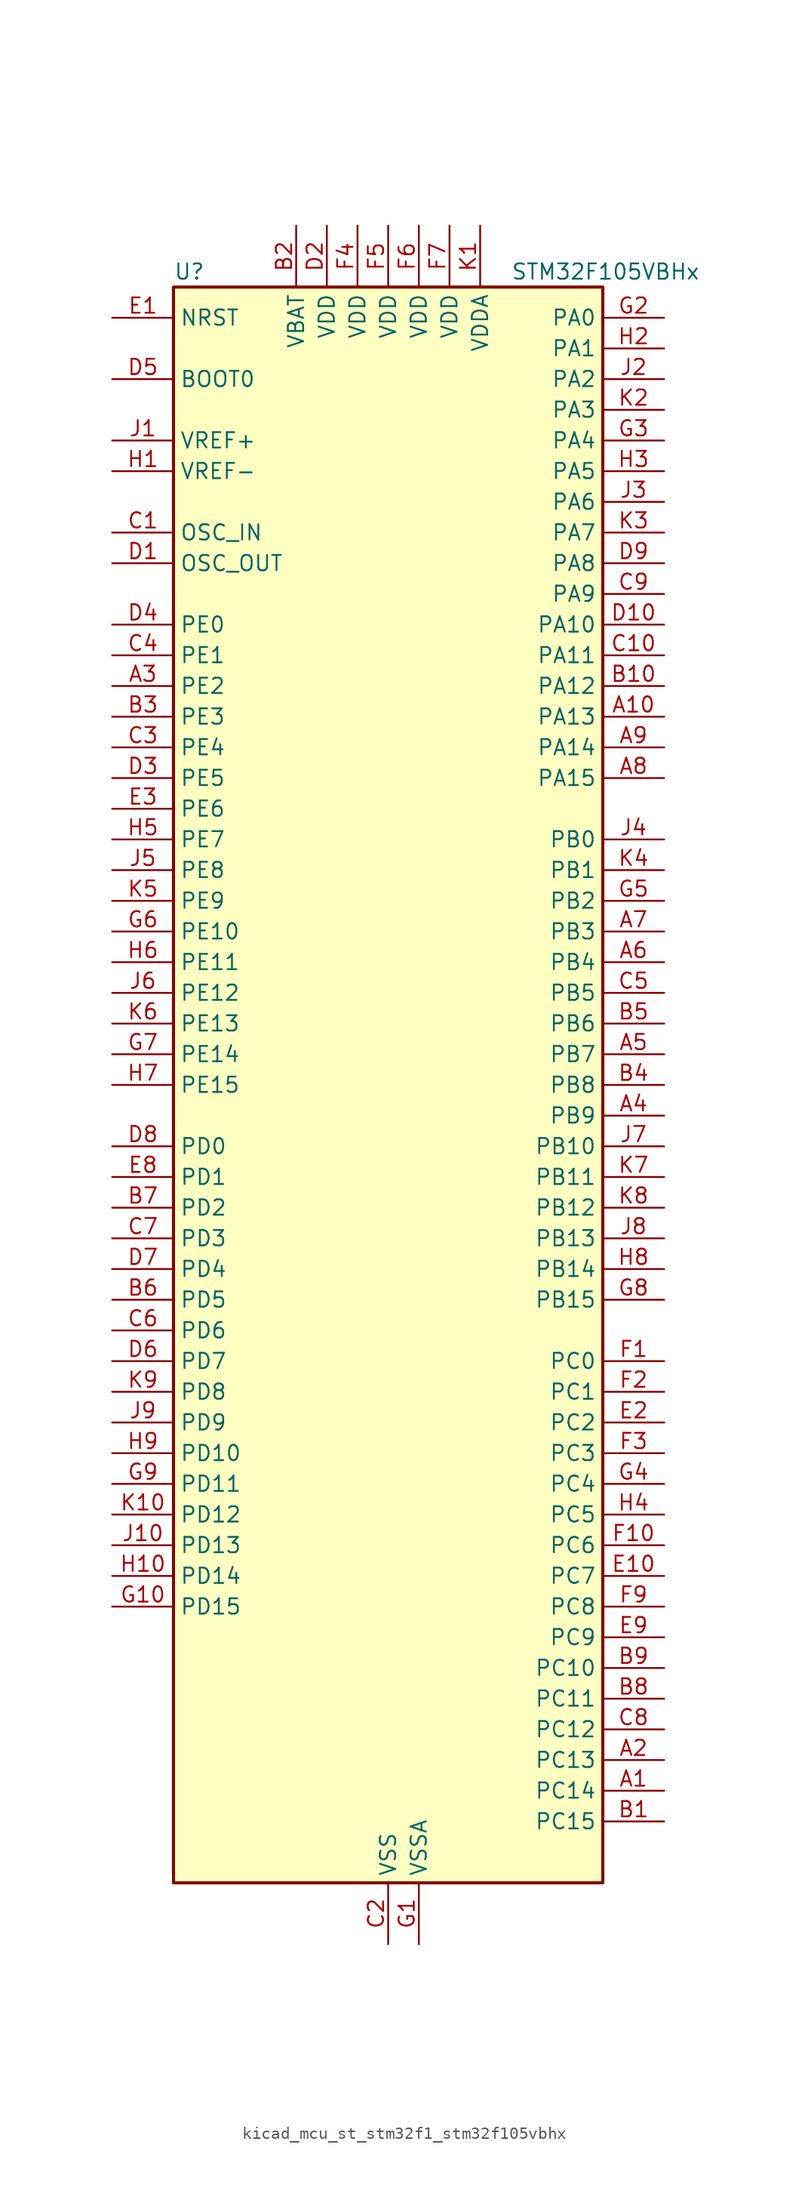
<source format=kicad_sym>
(kicad_symbol_lib
  (version 20220914)
  (generator kicad_symbol_editor)
  (symbol "kicad_mcu_st_stm32f1_stm32f105vbhx"
    (property "Reference" "U"
      (at -17.78 67.31 0)
      (effects (font (size 1.27 1.27)) (justify left)))
    (property "Value" "STM32F105VBHx"
      (at 10.16 67.31 0)
      (effects (font (size 1.27 1.27)) (justify left)))
    (property "ki_locked" ""
      (at 0 0 0)
      (effects (font (size 1.27 1.27))))
    (symbol "kicad_mcu_st_stm32f1_stm32f105vbhx_0_1"
      (rectangle (start -17.78 -66.04) (end 17.78 66.04) (stroke (width 0.254) (type default)) (fill (type background))))
    (symbol "kicad_mcu_st_stm32f1_stm32f105vbhx_1_1"
      (pin bidirectional line (at 22.86 -58.42 180) (length 5.08) (name "PC14" (effects (font (size 1.27 1.27)))) (number "A1" (effects (font (size 1.27 1.27)))) (alternate "RCC_OSC32_IN" bidirectional line))
      (pin bidirectional line (at 22.86 30.48 180) (length 5.08) (name "PA13" (effects (font (size 1.27 1.27)))) (number "A10" (effects (font (size 1.27 1.27)))) (alternate "SYS_JTMS-SWDIO" bidirectional line))
      (pin bidirectional line (at 22.86 -55.88 180) (length 5.08) (name "PC13" (effects (font (size 1.27 1.27)))) (number "A2" (effects (font (size 1.27 1.27)))) (alternate "RTC_OUT" bidirectional line) (alternate "RTC_TAMPER" bidirectional line))
      (pin bidirectional line (at -22.86 33.02 0) (length 5.08) (name "PE2" (effects (font (size 1.27 1.27)))) (number "A3" (effects (font (size 1.27 1.27)))) (alternate "SYS_TRACECLK" bidirectional line))
      (pin bidirectional line (at 22.86 -2.54 180) (length 5.08) (name "PB9" (effects (font (size 1.27 1.27)))) (number "A4" (effects (font (size 1.27 1.27)))) (alternate "CAN1_TX" bidirectional line) (alternate "DAC_EXTI9" bidirectional line) (alternate "I2C1_SDA" bidirectional line) (alternate "TIM4_CH4" bidirectional line))
      (pin bidirectional line (at 22.86 2.54 180) (length 5.08) (name "PB7" (effects (font (size 1.27 1.27)))) (number "A5" (effects (font (size 1.27 1.27)))) (alternate "I2C1_SDA" bidirectional line) (alternate "TIM4_CH2" bidirectional line) (alternate "USART1_RX" bidirectional line))
      (pin bidirectional line (at 22.86 10.16 180) (length 5.08) (name "PB4" (effects (font (size 1.27 1.27)))) (number "A6" (effects (font (size 1.27 1.27)))) (alternate "SPI1_MISO" bidirectional line) (alternate "SPI3_MISO" bidirectional line) (alternate "SYS_NJTRST" bidirectional line) (alternate "TIM3_CH1" bidirectional line))
      (pin bidirectional line (at 22.86 12.7 180) (length 5.08) (name "PB3" (effects (font (size 1.27 1.27)))) (number "A7" (effects (font (size 1.27 1.27)))) (alternate "I2S3_CK" bidirectional line) (alternate "SPI1_SCK" bidirectional line) (alternate "SPI3_SCK" bidirectional line) (alternate "SYS_JTDO" bidirectional line) (alternate "SYS_TRACESWO" bidirectional line) (alternate "TIM2_CH2" bidirectional line))
      (pin bidirectional line (at 22.86 25.4 180) (length 5.08) (name "PA15" (effects (font (size 1.27 1.27)))) (number "A8" (effects (font (size 1.27 1.27)))) (alternate "ADC1_EXTI15" bidirectional line) (alternate "ADC2_EXTI15" bidirectional line) (alternate "I2S3_WS" bidirectional line) (alternate "SPI1_NSS" bidirectional line) (alternate "SPI3_NSS" bidirectional line) (alternate "SYS_JTDI" bidirectional line) (alternate "TIM2_CH1" bidirectional line) (alternate "TIM2_ETR" bidirectional line))
      (pin bidirectional line (at 22.86 27.94 180) (length 5.08) (name "PA14" (effects (font (size 1.27 1.27)))) (number "A9" (effects (font (size 1.27 1.27)))) (alternate "SYS_JTCK-SWCLK" bidirectional line))
      (pin bidirectional line (at 22.86 -60.96 180) (length 5.08) (name "PC15" (effects (font (size 1.27 1.27)))) (number "B1" (effects (font (size 1.27 1.27)))) (alternate "ADC1_EXTI15" bidirectional line) (alternate "ADC2_EXTI15" bidirectional line) (alternate "RCC_OSC32_OUT" bidirectional line))
      (pin bidirectional line (at 22.86 33.02 180) (length 5.08) (name "PA12" (effects (font (size 1.27 1.27)))) (number "B10" (effects (font (size 1.27 1.27)))) (alternate "CAN1_TX" bidirectional line) (alternate "TIM1_ETR" bidirectional line) (alternate "USART1_RTS" bidirectional line) (alternate "USB_OTG_FS_DP" bidirectional line))
      (pin power_in line (at -7.62 71.12 270) (length 5.08) (name "VBAT" (effects (font (size 1.27 1.27)))) (number "B2" (effects (font (size 1.27 1.27)))))
      (pin bidirectional line (at -22.86 30.48 0) (length 5.08) (name "PE3" (effects (font (size 1.27 1.27)))) (number "B3" (effects (font (size 1.27 1.27)))) (alternate "SYS_TRACED0" bidirectional line))
      (pin bidirectional line (at 22.86 0 180) (length 5.08) (name "PB8" (effects (font (size 1.27 1.27)))) (number "B4" (effects (font (size 1.27 1.27)))) (alternate "CAN1_RX" bidirectional line) (alternate "I2C1_SCL" bidirectional line) (alternate "TIM4_CH3" bidirectional line))
      (pin bidirectional line (at 22.86 5.08 180) (length 5.08) (name "PB6" (effects (font (size 1.27 1.27)))) (number "B5" (effects (font (size 1.27 1.27)))) (alternate "CAN2_TX" bidirectional line) (alternate "I2C1_SCL" bidirectional line) (alternate "TIM4_CH1" bidirectional line) (alternate "USART1_TX" bidirectional line))
      (pin bidirectional line (at -22.86 -17.78 0) (length 5.08) (name "PD5" (effects (font (size 1.27 1.27)))) (number "B6" (effects (font (size 1.27 1.27)))) (alternate "USART2_TX" bidirectional line))
      (pin bidirectional line (at -22.86 -10.16 0) (length 5.08) (name "PD2" (effects (font (size 1.27 1.27)))) (number "B7" (effects (font (size 1.27 1.27)))) (alternate "TIM3_ETR" bidirectional line) (alternate "UART5_RX" bidirectional line))
      (pin bidirectional line (at 22.86 -50.8 180) (length 5.08) (name "PC11" (effects (font (size 1.27 1.27)))) (number "B8" (effects (font (size 1.27 1.27)))) (alternate "ADC1_EXTI11" bidirectional line) (alternate "ADC2_EXTI11" bidirectional line) (alternate "SPI3_MISO" bidirectional line) (alternate "UART4_RX" bidirectional line) (alternate "USART3_RX" bidirectional line))
      (pin bidirectional line (at 22.86 -48.26 180) (length 5.08) (name "PC10" (effects (font (size 1.27 1.27)))) (number "B9" (effects (font (size 1.27 1.27)))) (alternate "I2S3_CK" bidirectional line) (alternate "SPI3_SCK" bidirectional line) (alternate "UART4_TX" bidirectional line) (alternate "USART3_TX" bidirectional line))
      (pin input line (at -22.86 45.72 0) (length 5.08) (name "OSC_IN" (effects (font (size 1.27 1.27)))) (number "C1" (effects (font (size 1.27 1.27)))) (alternate "RCC_OSC_IN" bidirectional line))
      (pin bidirectional line (at 22.86 35.56 180) (length 5.08) (name "PA11" (effects (font (size 1.27 1.27)))) (number "C10" (effects (font (size 1.27 1.27)))) (alternate "ADC1_EXTI11" bidirectional line) (alternate "ADC2_EXTI11" bidirectional line) (alternate "CAN1_RX" bidirectional line) (alternate "TIM1_CH4" bidirectional line) (alternate "USART1_CTS" bidirectional line) (alternate "USB_OTG_FS_DM" bidirectional line))
      (pin power_in line (at 0 -71.12 90) (length 5.08) (name "VSS" (effects (font (size 1.27 1.27)))) (number "C2" (effects (font (size 1.27 1.27)))))
      (pin bidirectional line (at -22.86 27.94 0) (length 5.08) (name "PE4" (effects (font (size 1.27 1.27)))) (number "C3" (effects (font (size 1.27 1.27)))) (alternate "SYS_TRACED1" bidirectional line))
      (pin bidirectional line (at -22.86 35.56 0) (length 5.08) (name "PE1" (effects (font (size 1.27 1.27)))) (number "C4" (effects (font (size 1.27 1.27)))))
      (pin bidirectional line (at 22.86 7.62 180) (length 5.08) (name "PB5" (effects (font (size 1.27 1.27)))) (number "C5" (effects (font (size 1.27 1.27)))) (alternate "CAN2_RX" bidirectional line) (alternate "I2C1_SMBA" bidirectional line) (alternate "I2S3_SD" bidirectional line) (alternate "SPI1_MOSI" bidirectional line) (alternate "SPI3_MOSI" bidirectional line) (alternate "TIM3_CH2" bidirectional line))
      (pin bidirectional line (at -22.86 -20.32 0) (length 5.08) (name "PD6" (effects (font (size 1.27 1.27)))) (number "C6" (effects (font (size 1.27 1.27)))) (alternate "USART2_RX" bidirectional line))
      (pin bidirectional line (at -22.86 -12.7 0) (length 5.08) (name "PD3" (effects (font (size 1.27 1.27)))) (number "C7" (effects (font (size 1.27 1.27)))) (alternate "USART2_CTS" bidirectional line))
      (pin bidirectional line (at 22.86 -53.34 180) (length 5.08) (name "PC12" (effects (font (size 1.27 1.27)))) (number "C8" (effects (font (size 1.27 1.27)))) (alternate "I2S3_SD" bidirectional line) (alternate "SPI3_MOSI" bidirectional line) (alternate "UART5_TX" bidirectional line) (alternate "USART3_CK" bidirectional line))
      (pin bidirectional line (at 22.86 40.64 180) (length 5.08) (name "PA9" (effects (font (size 1.27 1.27)))) (number "C9" (effects (font (size 1.27 1.27)))) (alternate "DAC_EXTI9" bidirectional line) (alternate "TIM1_CH2" bidirectional line) (alternate "USART1_TX" bidirectional line) (alternate "USB_OTG_FS_VBUS" bidirectional line))
      (pin input line (at -22.86 43.18 0) (length 5.08) (name "OSC_OUT" (effects (font (size 1.27 1.27)))) (number "D1" (effects (font (size 1.27 1.27)))) (alternate "RCC_OSC_OUT" bidirectional line))
      (pin bidirectional line (at 22.86 38.1 180) (length 5.08) (name "PA10" (effects (font (size 1.27 1.27)))) (number "D10" (effects (font (size 1.27 1.27)))) (alternate "TIM1_CH3" bidirectional line) (alternate "USART1_RX" bidirectional line) (alternate "USB_OTG_FS_ID" bidirectional line))
      (pin power_in line (at -5.08 71.12 270) (length 5.08) (name "VDD" (effects (font (size 1.27 1.27)))) (number "D2" (effects (font (size 1.27 1.27)))))
      (pin bidirectional line (at -22.86 25.4 0) (length 5.08) (name "PE5" (effects (font (size 1.27 1.27)))) (number "D3" (effects (font (size 1.27 1.27)))) (alternate "SYS_TRACED2" bidirectional line))
      (pin bidirectional line (at -22.86 38.1 0) (length 5.08) (name "PE0" (effects (font (size 1.27 1.27)))) (number "D4" (effects (font (size 1.27 1.27)))) (alternate "TIM4_ETR" bidirectional line))
      (pin input line (at -22.86 58.42 0) (length 5.08) (name "BOOT0" (effects (font (size 1.27 1.27)))) (number "D5" (effects (font (size 1.27 1.27)))))
      (pin bidirectional line (at -22.86 -22.86 0) (length 5.08) (name "PD7" (effects (font (size 1.27 1.27)))) (number "D6" (effects (font (size 1.27 1.27)))) (alternate "USART2_CK" bidirectional line))
      (pin bidirectional line (at -22.86 -15.24 0) (length 5.08) (name "PD4" (effects (font (size 1.27 1.27)))) (number "D7" (effects (font (size 1.27 1.27)))) (alternate "USART2_RTS" bidirectional line))
      (pin bidirectional line (at -22.86 -5.08 0) (length 5.08) (name "PD0" (effects (font (size 1.27 1.27)))) (number "D8" (effects (font (size 1.27 1.27)))) (alternate "CAN1_RX" bidirectional line))
      (pin bidirectional line (at 22.86 43.18 180) (length 5.08) (name "PA8" (effects (font (size 1.27 1.27)))) (number "D9" (effects (font (size 1.27 1.27)))) (alternate "RCC_MCO" bidirectional line) (alternate "TIM1_CH1" bidirectional line) (alternate "USART1_CK" bidirectional line) (alternate "USB_OTG_FS_SOF" bidirectional line))
      (pin input line (at -22.86 63.5 0) (length 5.08) (name "NRST" (effects (font (size 1.27 1.27)))) (number "E1" (effects (font (size 1.27 1.27)))))
      (pin bidirectional line (at 22.86 -40.64 180) (length 5.08) (name "PC7" (effects (font (size 1.27 1.27)))) (number "E10" (effects (font (size 1.27 1.27)))) (alternate "I2S3_MCK" bidirectional line) (alternate "TIM3_CH2" bidirectional line))
      (pin bidirectional line (at 22.86 -27.94 180) (length 5.08) (name "PC2" (effects (font (size 1.27 1.27)))) (number "E2" (effects (font (size 1.27 1.27)))) (alternate "ADC1_IN12" bidirectional line) (alternate "ADC2_IN12" bidirectional line))
      (pin bidirectional line (at -22.86 22.86 0) (length 5.08) (name "PE6" (effects (font (size 1.27 1.27)))) (number "E3" (effects (font (size 1.27 1.27)))) (alternate "SYS_TRACED3" bidirectional line))
      (pin passive line (at 0 -71.12 90) (length 5.08) hide (name "VSS" (effects (font (size 1.27 1.27)))) (number "E4" (effects (font (size 1.27 1.27)))))
      (pin passive line (at 0 -71.12 90) (length 5.08) hide (name "VSS" (effects (font (size 1.27 1.27)))) (number "E5" (effects (font (size 1.27 1.27)))))
      (pin passive line (at 0 -71.12 90) (length 5.08) hide (name "VSS" (effects (font (size 1.27 1.27)))) (number "E6" (effects (font (size 1.27 1.27)))))
      (pin passive line (at 0 -71.12 90) (length 5.08) hide (name "VSS" (effects (font (size 1.27 1.27)))) (number "E7" (effects (font (size 1.27 1.27)))))
      (pin bidirectional line (at -22.86 -7.62 0) (length 5.08) (name "PD1" (effects (font (size 1.27 1.27)))) (number "E8" (effects (font (size 1.27 1.27)))) (alternate "CAN1_TX" bidirectional line))
      (pin bidirectional line (at 22.86 -45.72 180) (length 5.08) (name "PC9" (effects (font (size 1.27 1.27)))) (number "E9" (effects (font (size 1.27 1.27)))) (alternate "DAC_EXTI9" bidirectional line) (alternate "TIM3_CH4" bidirectional line))
      (pin bidirectional line (at 22.86 -22.86 180) (length 5.08) (name "PC0" (effects (font (size 1.27 1.27)))) (number "F1" (effects (font (size 1.27 1.27)))) (alternate "ADC1_IN10" bidirectional line) (alternate "ADC2_IN10" bidirectional line))
      (pin bidirectional line (at 22.86 -38.1 180) (length 5.08) (name "PC6" (effects (font (size 1.27 1.27)))) (number "F10" (effects (font (size 1.27 1.27)))) (alternate "I2S2_MCK" bidirectional line) (alternate "TIM3_CH1" bidirectional line))
      (pin bidirectional line (at 22.86 -25.4 180) (length 5.08) (name "PC1" (effects (font (size 1.27 1.27)))) (number "F2" (effects (font (size 1.27 1.27)))) (alternate "ADC1_IN11" bidirectional line) (alternate "ADC2_IN11" bidirectional line))
      (pin bidirectional line (at 22.86 -30.48 180) (length 5.08) (name "PC3" (effects (font (size 1.27 1.27)))) (number "F3" (effects (font (size 1.27 1.27)))) (alternate "ADC1_IN13" bidirectional line) (alternate "ADC2_IN13" bidirectional line))
      (pin power_in line (at -2.54 71.12 270) (length 5.08) (name "VDD" (effects (font (size 1.27 1.27)))) (number "F4" (effects (font (size 1.27 1.27)))))
      (pin power_in line (at 0 71.12 270) (length 5.08) (name "VDD" (effects (font (size 1.27 1.27)))) (number "F5" (effects (font (size 1.27 1.27)))))
      (pin power_in line (at 2.54 71.12 270) (length 5.08) (name "VDD" (effects (font (size 1.27 1.27)))) (number "F6" (effects (font (size 1.27 1.27)))))
      (pin power_in line (at 5.08 71.12 270) (length 5.08) (name "VDD" (effects (font (size 1.27 1.27)))) (number "F7" (effects (font (size 1.27 1.27)))))
      (pin no_connect line (at -17.78 -66.04 0) (length 5.08) hide (name "NC" (effects (font (size 1.27 1.27)))) (number "F8" (effects (font (size 1.27 1.27)))))
      (pin bidirectional line (at 22.86 -43.18 180) (length 5.08) (name "PC8" (effects (font (size 1.27 1.27)))) (number "F9" (effects (font (size 1.27 1.27)))) (alternate "TIM3_CH3" bidirectional line))
      (pin power_in line (at 2.54 -71.12 90) (length 5.08) (name "VSSA" (effects (font (size 1.27 1.27)))) (number "G1" (effects (font (size 1.27 1.27)))))
      (pin bidirectional line (at -22.86 -43.18 0) (length 5.08) (name "PD15" (effects (font (size 1.27 1.27)))) (number "G10" (effects (font (size 1.27 1.27)))) (alternate "ADC1_EXTI15" bidirectional line) (alternate "ADC2_EXTI15" bidirectional line) (alternate "TIM4_CH4" bidirectional line))
      (pin bidirectional line (at 22.86 63.5 180) (length 5.08) (name "PA0" (effects (font (size 1.27 1.27)))) (number "G2" (effects (font (size 1.27 1.27)))) (alternate "ADC1_IN0" bidirectional line) (alternate "ADC2_IN0" bidirectional line) (alternate "SYS_WKUP" bidirectional line) (alternate "TIM2_CH1" bidirectional line) (alternate "TIM2_ETR" bidirectional line) (alternate "TIM5_CH1" bidirectional line) (alternate "USART2_CTS" bidirectional line))
      (pin bidirectional line (at 22.86 53.34 180) (length 5.08) (name "PA4" (effects (font (size 1.27 1.27)))) (number "G3" (effects (font (size 1.27 1.27)))) (alternate "ADC1_IN4" bidirectional line) (alternate "ADC2_IN4" bidirectional line) (alternate "DAC_OUT1" bidirectional line) (alternate "I2S3_WS" bidirectional line) (alternate "SPI1_NSS" bidirectional line) (alternate "SPI3_NSS" bidirectional line) (alternate "USART2_CK" bidirectional line))
      (pin bidirectional line (at 22.86 -33.02 180) (length 5.08) (name "PC4" (effects (font (size 1.27 1.27)))) (number "G4" (effects (font (size 1.27 1.27)))) (alternate "ADC1_IN14" bidirectional line) (alternate "ADC2_IN14" bidirectional line))
      (pin bidirectional line (at 22.86 15.24 180) (length 5.08) (name "PB2" (effects (font (size 1.27 1.27)))) (number "G5" (effects (font (size 1.27 1.27)))))
      (pin bidirectional line (at -22.86 12.7 0) (length 5.08) (name "PE10" (effects (font (size 1.27 1.27)))) (number "G6" (effects (font (size 1.27 1.27)))) (alternate "TIM1_CH2N" bidirectional line))
      (pin bidirectional line (at -22.86 2.54 0) (length 5.08) (name "PE14" (effects (font (size 1.27 1.27)))) (number "G7" (effects (font (size 1.27 1.27)))) (alternate "TIM1_CH4" bidirectional line))
      (pin bidirectional line (at 22.86 -17.78 180) (length 5.08) (name "PB15" (effects (font (size 1.27 1.27)))) (number "G8" (effects (font (size 1.27 1.27)))) (alternate "ADC1_EXTI15" bidirectional line) (alternate "ADC2_EXTI15" bidirectional line) (alternate "I2S2_SD" bidirectional line) (alternate "SPI2_MOSI" bidirectional line) (alternate "TIM1_CH3N" bidirectional line))
      (pin bidirectional line (at -22.86 -33.02 0) (length 5.08) (name "PD11" (effects (font (size 1.27 1.27)))) (number "G9" (effects (font (size 1.27 1.27)))) (alternate "ADC1_EXTI11" bidirectional line) (alternate "ADC2_EXTI11" bidirectional line) (alternate "USART3_CTS" bidirectional line))
      (pin input line (at -22.86 50.8 0) (length 5.08) (name "VREF-" (effects (font (size 1.27 1.27)))) (number "H1" (effects (font (size 1.27 1.27)))))
      (pin bidirectional line (at -22.86 -40.64 0) (length 5.08) (name "PD14" (effects (font (size 1.27 1.27)))) (number "H10" (effects (font (size 1.27 1.27)))) (alternate "TIM4_CH3" bidirectional line))
      (pin bidirectional line (at 22.86 60.96 180) (length 5.08) (name "PA1" (effects (font (size 1.27 1.27)))) (number "H2" (effects (font (size 1.27 1.27)))) (alternate "ADC1_IN1" bidirectional line) (alternate "ADC2_IN1" bidirectional line) (alternate "TIM2_CH2" bidirectional line) (alternate "TIM5_CH2" bidirectional line) (alternate "USART2_RTS" bidirectional line))
      (pin bidirectional line (at 22.86 50.8 180) (length 5.08) (name "PA5" (effects (font (size 1.27 1.27)))) (number "H3" (effects (font (size 1.27 1.27)))) (alternate "ADC1_IN5" bidirectional line) (alternate "ADC2_IN5" bidirectional line) (alternate "DAC_OUT2" bidirectional line) (alternate "SPI1_SCK" bidirectional line))
      (pin bidirectional line (at 22.86 -35.56 180) (length 5.08) (name "PC5" (effects (font (size 1.27 1.27)))) (number "H4" (effects (font (size 1.27 1.27)))) (alternate "ADC1_IN15" bidirectional line) (alternate "ADC2_IN15" bidirectional line))
      (pin bidirectional line (at -22.86 20.32 0) (length 5.08) (name "PE7" (effects (font (size 1.27 1.27)))) (number "H5" (effects (font (size 1.27 1.27)))) (alternate "TIM1_ETR" bidirectional line))
      (pin bidirectional line (at -22.86 10.16 0) (length 5.08) (name "PE11" (effects (font (size 1.27 1.27)))) (number "H6" (effects (font (size 1.27 1.27)))) (alternate "ADC1_EXTI11" bidirectional line) (alternate "ADC2_EXTI11" bidirectional line) (alternate "TIM1_CH2" bidirectional line))
      (pin bidirectional line (at -22.86 0 0) (length 5.08) (name "PE15" (effects (font (size 1.27 1.27)))) (number "H7" (effects (font (size 1.27 1.27)))) (alternate "ADC1_EXTI15" bidirectional line) (alternate "ADC2_EXTI15" bidirectional line) (alternate "TIM1_BKIN" bidirectional line))
      (pin bidirectional line (at 22.86 -15.24 180) (length 5.08) (name "PB14" (effects (font (size 1.27 1.27)))) (number "H8" (effects (font (size 1.27 1.27)))) (alternate "SPI2_MISO" bidirectional line) (alternate "TIM1_CH2N" bidirectional line) (alternate "USART3_RTS" bidirectional line))
      (pin bidirectional line (at -22.86 -30.48 0) (length 5.08) (name "PD10" (effects (font (size 1.27 1.27)))) (number "H9" (effects (font (size 1.27 1.27)))) (alternate "USART3_CK" bidirectional line))
      (pin input line (at -22.86 53.34 0) (length 5.08) (name "VREF+" (effects (font (size 1.27 1.27)))) (number "J1" (effects (font (size 1.27 1.27)))))
      (pin bidirectional line (at -22.86 -38.1 0) (length 5.08) (name "PD13" (effects (font (size 1.27 1.27)))) (number "J10" (effects (font (size 1.27 1.27)))) (alternate "TIM4_CH2" bidirectional line))
      (pin bidirectional line (at 22.86 58.42 180) (length 5.08) (name "PA2" (effects (font (size 1.27 1.27)))) (number "J2" (effects (font (size 1.27 1.27)))) (alternate "ADC1_IN2" bidirectional line) (alternate "ADC2_IN2" bidirectional line) (alternate "TIM2_CH3" bidirectional line) (alternate "TIM5_CH3" bidirectional line) (alternate "USART2_TX" bidirectional line))
      (pin bidirectional line (at 22.86 48.26 180) (length 5.08) (name "PA6" (effects (font (size 1.27 1.27)))) (number "J3" (effects (font (size 1.27 1.27)))) (alternate "ADC1_IN6" bidirectional line) (alternate "ADC2_IN6" bidirectional line) (alternate "SPI1_MISO" bidirectional line) (alternate "TIM1_BKIN" bidirectional line) (alternate "TIM3_CH1" bidirectional line))
      (pin bidirectional line (at 22.86 20.32 180) (length 5.08) (name "PB0" (effects (font (size 1.27 1.27)))) (number "J4" (effects (font (size 1.27 1.27)))) (alternate "ADC1_IN8" bidirectional line) (alternate "ADC2_IN8" bidirectional line) (alternate "TIM1_CH2N" bidirectional line) (alternate "TIM3_CH3" bidirectional line))
      (pin bidirectional line (at -22.86 17.78 0) (length 5.08) (name "PE8" (effects (font (size 1.27 1.27)))) (number "J5" (effects (font (size 1.27 1.27)))) (alternate "TIM1_CH1N" bidirectional line))
      (pin bidirectional line (at -22.86 7.62 0) (length 5.08) (name "PE12" (effects (font (size 1.27 1.27)))) (number "J6" (effects (font (size 1.27 1.27)))) (alternate "TIM1_CH3N" bidirectional line))
      (pin bidirectional line (at 22.86 -5.08 180) (length 5.08) (name "PB10" (effects (font (size 1.27 1.27)))) (number "J7" (effects (font (size 1.27 1.27)))) (alternate "I2C2_SCL" bidirectional line) (alternate "TIM2_CH3" bidirectional line) (alternate "USART3_TX" bidirectional line))
      (pin bidirectional line (at 22.86 -12.7 180) (length 5.08) (name "PB13" (effects (font (size 1.27 1.27)))) (number "J8" (effects (font (size 1.27 1.27)))) (alternate "CAN2_TX" bidirectional line) (alternate "I2S2_CK" bidirectional line) (alternate "SPI2_SCK" bidirectional line) (alternate "TIM1_CH1N" bidirectional line) (alternate "USART3_CTS" bidirectional line))
      (pin bidirectional line (at -22.86 -27.94 0) (length 5.08) (name "PD9" (effects (font (size 1.27 1.27)))) (number "J9" (effects (font (size 1.27 1.27)))) (alternate "DAC_EXTI9" bidirectional line) (alternate "USART3_RX" bidirectional line))
      (pin power_in line (at 7.62 71.12 270) (length 5.08) (name "VDDA" (effects (font (size 1.27 1.27)))) (number "K1" (effects (font (size 1.27 1.27)))))
      (pin bidirectional line (at -22.86 -35.56 0) (length 5.08) (name "PD12" (effects (font (size 1.27 1.27)))) (number "K10" (effects (font (size 1.27 1.27)))) (alternate "TIM4_CH1" bidirectional line) (alternate "USART3_RTS" bidirectional line))
      (pin bidirectional line (at 22.86 55.88 180) (length 5.08) (name "PA3" (effects (font (size 1.27 1.27)))) (number "K2" (effects (font (size 1.27 1.27)))) (alternate "ADC1_IN3" bidirectional line) (alternate "ADC2_IN3" bidirectional line) (alternate "TIM2_CH4" bidirectional line) (alternate "TIM5_CH4" bidirectional line) (alternate "USART2_RX" bidirectional line))
      (pin bidirectional line (at 22.86 45.72 180) (length 5.08) (name "PA7" (effects (font (size 1.27 1.27)))) (number "K3" (effects (font (size 1.27 1.27)))) (alternate "ADC1_IN7" bidirectional line) (alternate "ADC2_IN7" bidirectional line) (alternate "SPI1_MOSI" bidirectional line) (alternate "TIM1_CH1N" bidirectional line) (alternate "TIM3_CH2" bidirectional line))
      (pin bidirectional line (at 22.86 17.78 180) (length 5.08) (name "PB1" (effects (font (size 1.27 1.27)))) (number "K4" (effects (font (size 1.27 1.27)))) (alternate "ADC1_IN9" bidirectional line) (alternate "ADC2_IN9" bidirectional line) (alternate "TIM1_CH3N" bidirectional line) (alternate "TIM3_CH4" bidirectional line))
      (pin bidirectional line (at -22.86 15.24 0) (length 5.08) (name "PE9" (effects (font (size 1.27 1.27)))) (number "K5" (effects (font (size 1.27 1.27)))) (alternate "DAC_EXTI9" bidirectional line) (alternate "TIM1_CH1" bidirectional line))
      (pin bidirectional line (at -22.86 5.08 0) (length 5.08) (name "PE13" (effects (font (size 1.27 1.27)))) (number "K6" (effects (font (size 1.27 1.27)))) (alternate "TIM1_CH3" bidirectional line))
      (pin bidirectional line (at 22.86 -7.62 180) (length 5.08) (name "PB11" (effects (font (size 1.27 1.27)))) (number "K7" (effects (font (size 1.27 1.27)))) (alternate "ADC1_EXTI11" bidirectional line) (alternate "ADC2_EXTI11" bidirectional line) (alternate "I2C2_SDA" bidirectional line) (alternate "TIM2_CH4" bidirectional line) (alternate "USART3_RX" bidirectional line))
      (pin bidirectional line (at 22.86 -10.16 180) (length 5.08) (name "PB12" (effects (font (size 1.27 1.27)))) (number "K8" (effects (font (size 1.27 1.27)))) (alternate "CAN2_RX" bidirectional line) (alternate "I2C2_SMBA" bidirectional line) (alternate "I2S2_WS" bidirectional line) (alternate "SPI2_NSS" bidirectional line) (alternate "TIM1_BKIN" bidirectional line) (alternate "USART3_CK" bidirectional line))
      (pin bidirectional line (at -22.86 -25.4 0) (length 5.08) (name "PD8" (effects (font (size 1.27 1.27)))) (number "K9" (effects (font (size 1.27 1.27)))) (alternate "USART3_TX" bidirectional line)))))
</source>
